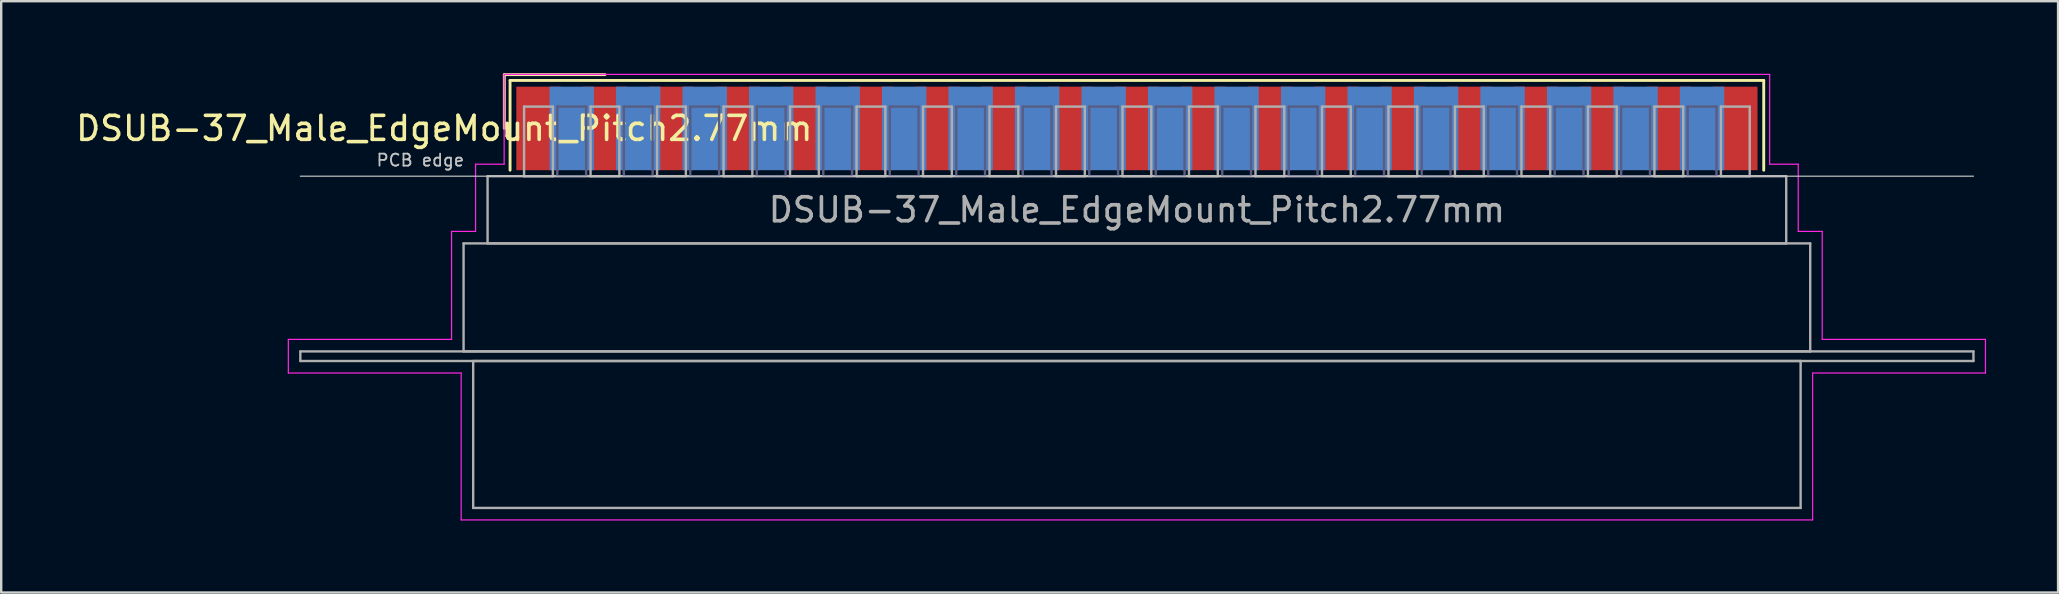
<source format=kicad_pcb>
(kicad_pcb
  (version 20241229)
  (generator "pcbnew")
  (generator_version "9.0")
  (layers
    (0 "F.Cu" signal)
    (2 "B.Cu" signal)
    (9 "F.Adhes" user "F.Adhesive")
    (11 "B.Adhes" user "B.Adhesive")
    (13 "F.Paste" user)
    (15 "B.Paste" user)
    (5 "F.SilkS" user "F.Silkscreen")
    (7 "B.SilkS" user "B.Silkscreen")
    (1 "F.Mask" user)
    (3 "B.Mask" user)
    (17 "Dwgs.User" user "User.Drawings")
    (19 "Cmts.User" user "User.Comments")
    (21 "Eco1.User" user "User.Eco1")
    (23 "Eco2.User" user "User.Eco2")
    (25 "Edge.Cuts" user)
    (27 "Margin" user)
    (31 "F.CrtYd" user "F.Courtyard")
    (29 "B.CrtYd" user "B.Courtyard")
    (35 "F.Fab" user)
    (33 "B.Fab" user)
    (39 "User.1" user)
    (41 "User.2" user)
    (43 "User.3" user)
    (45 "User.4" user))
  (footprint "DSUB-37_Male_EdgeMount_Pitch2.77mm"
    (layer "F.Cu")
    (at 44.312 2.3)
    (property "Reference" "DSUB-37_Male_EdgeMount_Pitch2.77mm" (at -28.853 0 0) (layer "F.SilkS") (effects (font (size 1 1) (thickness 0.15))))
    (attr smd)
    (fp_line (start -26.353 -2.24) (end -22.16 -2.24) (stroke (width 0.12) (type solid)) (layer "F.SilkS"))
    (fp_line (start -26.353 0) (end -26.353 -2.24) (stroke (width 0.12) (type solid)) (layer "F.SilkS"))
    (fp_line (start -26.113 -2) (end -26.113 1.74) (stroke (width 0.12) (type solid)) (layer "F.SilkS"))
    (fp_line (start 26.113 -2) (end -26.113 -2) (stroke (width 0.12) (type solid)) (layer "F.SilkS"))
    (fp_line (start 26.113 1.74) (end 26.113 -2) (stroke (width 0.12) (type solid)) (layer "F.SilkS"))
    (fp_line (start -34.85 1.99) (end 34.85 1.99) (stroke (width 0.05) (type solid)) (layer "Dwgs.User"))
    (fp_line (start -35.35 8.79) (end -28.55 8.79) (stroke (width 0.05) (type solid)) (layer "F.CrtYd"))
    (fp_line (start -35.35 10.19) (end -35.35 8.79) (stroke (width 0.05) (type solid)) (layer "F.CrtYd"))
    (fp_line (start -28.55 4.29) (end -27.55 4.29) (stroke (width 0.05) (type solid)) (layer "F.CrtYd"))
    (fp_line (start -28.55 8.79) (end -28.55 4.29) (stroke (width 0.05) (type solid)) (layer "F.CrtYd"))
    (fp_line (start -28.15 10.19) (end -35.35 10.19) (stroke (width 0.05) (type solid)) (layer "F.CrtYd"))
    (fp_line (start -28.15 16.31) (end -28.15 10.19) (stroke (width 0.05) (type solid)) (layer "F.CrtYd"))
    (fp_line (start -27.55 1.49) (end -26.36 1.49) (stroke (width 0.05) (type solid)) (layer "F.CrtYd"))
    (fp_line (start -27.55 4.29) (end -27.55 1.49) (stroke (width 0.05) (type solid)) (layer "F.CrtYd"))
    (fp_line (start -26.36 -2.25) (end 26.36 -2.25) (stroke (width 0.05) (type solid)) (layer "F.CrtYd"))
    (fp_line (start -26.36 1.49) (end -26.36 -2.25) (stroke (width 0.05) (type solid)) (layer "F.CrtYd"))
    (fp_line (start 26.36 -2.25) (end 26.36 1.49) (stroke (width 0.05) (type solid)) (layer "F.CrtYd"))
    (fp_line (start 26.36 1.49) (end 27.55 1.49) (stroke (width 0.05) (type solid)) (layer "F.CrtYd"))
    (fp_line (start 27.55 1.49) (end 27.55 4.29) (stroke (width 0.05) (type solid)) (layer "F.CrtYd"))
    (fp_line (start 27.55 4.29) (end 28.55 4.29) (stroke (width 0.05) (type solid)) (layer "F.CrtYd"))
    (fp_line (start 28.15 10.19) (end 28.15 16.31) (stroke (width 0.05) (type solid)) (layer "F.CrtYd"))
    (fp_line (start 28.15 16.31) (end -28.15 16.31) (stroke (width 0.05) (type solid)) (layer "F.CrtYd"))
    (fp_line (start 28.55 4.29) (end 28.55 8.79) (stroke (width 0.05) (type solid)) (layer "F.CrtYd"))
    (fp_line (start 28.55 8.79) (end 35.35 8.79) (stroke (width 0.05) (type solid)) (layer "F.CrtYd"))
    (fp_line (start 35.35 8.79) (end 35.35 10.19) (stroke (width 0.05) (type solid)) (layer "F.CrtYd"))
    (fp_line (start 35.35 10.19) (end 28.15 10.19) (stroke (width 0.05) (type solid)) (layer "F.CrtYd"))
    (fp_line (start -24.145 -0.91) (end -24.145 1.99) (stroke (width 0.1) (type solid)) (layer "B.Fab"))
    (fp_line (start -24.145 1.99) (end -22.945 1.99) (stroke (width 0.1) (type solid)) (layer "B.Fab"))
    (fp_line (start -22.945 -0.91) (end -24.145 -0.91) (stroke (width 0.1) (type solid)) (layer "B.Fab"))
    (fp_line (start -22.945 1.99) (end -22.945 -0.91) (stroke (width 0.1) (type solid)) (layer "B.Fab"))
    (fp_line (start -21.375 -0.91) (end -21.375 1.99) (stroke (width 0.1) (type solid)) (layer "B.Fab"))
    (fp_line (start -21.375 1.99) (end -20.175 1.99) (stroke (width 0.1) (type solid)) (layer "B.Fab"))
    (fp_line (start -20.175 -0.91) (end -21.375 -0.91) (stroke (width 0.1) (type solid)) (layer "B.Fab"))
    (fp_line (start -20.175 1.99) (end -20.175 -0.91) (stroke (width 0.1) (type solid)) (layer "B.Fab"))
    (fp_line (start -18.605 -0.91) (end -18.605 1.99) (stroke (width 0.1) (type solid)) (layer "B.Fab"))
    (fp_line (start -18.605 1.99) (end -17.405 1.99) (stroke (width 0.1) (type solid)) (layer "B.Fab"))
    (fp_line (start -17.405 -0.91) (end -18.605 -0.91) (stroke (width 0.1) (type solid)) (layer "B.Fab"))
    (fp_line (start -17.405 1.99) (end -17.405 -0.91) (stroke (width 0.1) (type solid)) (layer "B.Fab"))
    (fp_line (start -15.835 -0.91) (end -15.835 1.99) (stroke (width 0.1) (type solid)) (layer "B.Fab"))
    (fp_line (start -15.835 1.99) (end -14.635 1.99) (stroke (width 0.1) (type solid)) (layer "B.Fab"))
    (fp_line (start -14.635 -0.91) (end -15.835 -0.91) (stroke (width 0.1) (type solid)) (layer "B.Fab"))
    (fp_line (start -14.635 1.99) (end -14.635 -0.91) (stroke (width 0.1) (type solid)) (layer "B.Fab"))
    (fp_line (start -13.065 -0.91) (end -13.065 1.99) (stroke (width 0.1) (type solid)) (layer "B.Fab"))
    (fp_line (start -13.065 1.99) (end -11.865 1.99) (stroke (width 0.1) (type solid)) (layer "B.Fab"))
    (fp_line (start -11.865 -0.91) (end -13.065 -0.91) (stroke (width 0.1) (type solid)) (layer "B.Fab"))
    (fp_line (start -11.865 1.99) (end -11.865 -0.91) (stroke (width 0.1) (type solid)) (layer "B.Fab"))
    (fp_line (start -10.295 -0.91) (end -10.295 1.99) (stroke (width 0.1) (type solid)) (layer "B.Fab"))
    (fp_line (start -10.295 1.99) (end -9.095 1.99) (stroke (width 0.1) (type solid)) (layer "B.Fab"))
    (fp_line (start -9.095 -0.91) (end -10.295 -0.91) (stroke (width 0.1) (type solid)) (layer "B.Fab"))
    (fp_line (start -9.095 1.99) (end -9.095 -0.91) (stroke (width 0.1) (type solid)) (layer "B.Fab"))
    (fp_line (start -7.525 -0.91) (end -7.525 1.99) (stroke (width 0.1) (type solid)) (layer "B.Fab"))
    (fp_line (start -7.525 1.99) (end -6.325 1.99) (stroke (width 0.1) (type solid)) (layer "B.Fab"))
    (fp_line (start -6.325 -0.91) (end -7.525 -0.91) (stroke (width 0.1) (type solid)) (layer "B.Fab"))
    (fp_line (start -6.325 1.99) (end -6.325 -0.91) (stroke (width 0.1) (type solid)) (layer "B.Fab"))
    (fp_line (start -4.755 -0.91) (end -4.755 1.99) (stroke (width 0.1) (type solid)) (layer "B.Fab"))
    (fp_line (start -4.755 1.99) (end -3.555 1.99) (stroke (width 0.1) (type solid)) (layer "B.Fab"))
    (fp_line (start -3.555 -0.91) (end -4.755 -0.91) (stroke (width 0.1) (type solid)) (layer "B.Fab"))
    (fp_line (start -3.555 1.99) (end -3.555 -0.91) (stroke (width 0.1) (type solid)) (layer "B.Fab"))
    (fp_line (start -1.985 -0.91) (end -1.985 1.99) (stroke (width 0.1) (type solid)) (layer "B.Fab"))
    (fp_line (start -1.985 1.99) (end -0.785 1.99) (stroke (width 0.1) (type solid)) (layer "B.Fab"))
    (fp_line (start -0.785 -0.91) (end -1.985 -0.91) (stroke (width 0.1) (type solid)) (layer "B.Fab"))
    (fp_line (start -0.785 1.99) (end -0.785 -0.91) (stroke (width 0.1) (type solid)) (layer "B.Fab"))
    (fp_line (start 0.785 -0.91) (end 0.785 1.99) (stroke (width 0.1) (type solid)) (layer "B.Fab"))
    (fp_line (start 0.785 1.99) (end 1.985 1.99) (stroke (width 0.1) (type solid)) (layer "B.Fab"))
    (fp_line (start 1.985 -0.91) (end 0.785 -0.91) (stroke (width 0.1) (type solid)) (layer "B.Fab"))
    (fp_line (start 1.985 1.99) (end 1.985 -0.91) (stroke (width 0.1) (type solid)) (layer "B.Fab"))
    (fp_line (start 3.555 -0.91) (end 3.555 1.99) (stroke (width 0.1) (type solid)) (layer "B.Fab"))
    (fp_line (start 3.555 1.99) (end 4.755 1.99) (stroke (width 0.1) (type solid)) (layer "B.Fab"))
    (fp_line (start 4.755 -0.91) (end 3.555 -0.91) (stroke (width 0.1) (type solid)) (layer "B.Fab"))
    (fp_line (start 4.755 1.99) (end 4.755 -0.91) (stroke (width 0.1) (type solid)) (layer "B.Fab"))
    (fp_line (start 6.325 -0.91) (end 6.325 1.99) (stroke (width 0.1) (type solid)) (layer "B.Fab"))
    (fp_line (start 6.325 1.99) (end 7.525 1.99) (stroke (width 0.1) (type solid)) (layer "B.Fab"))
    (fp_line (start 7.525 -0.91) (end 6.325 -0.91) (stroke (width 0.1) (type solid)) (layer "B.Fab"))
    (fp_line (start 7.525 1.99) (end 7.525 -0.91) (stroke (width 0.1) (type solid)) (layer "B.Fab"))
    (fp_line (start 9.095 -0.91) (end 9.095 1.99) (stroke (width 0.1) (type solid)) (layer "B.Fab"))
    (fp_line (start 9.095 1.99) (end 10.295 1.99) (stroke (width 0.1) (type solid)) (layer "B.Fab"))
    (fp_line (start 10.295 -0.91) (end 9.095 -0.91) (stroke (width 0.1) (type solid)) (layer "B.Fab"))
    (fp_line (start 10.295 1.99) (end 10.295 -0.91) (stroke (width 0.1) (type solid)) (layer "B.Fab"))
    (fp_line (start 11.865 -0.91) (end 11.865 1.99) (stroke (width 0.1) (type solid)) (layer "B.Fab"))
    (fp_line (start 11.865 1.99) (end 13.065 1.99) (stroke (width 0.1) (type solid)) (layer "B.Fab"))
    (fp_line (start 13.065 -0.91) (end 11.865 -0.91) (stroke (width 0.1) (type solid)) (layer "B.Fab"))
    (fp_line (start 13.065 1.99) (end 13.065 -0.91) (stroke (width 0.1) (type solid)) (layer "B.Fab"))
    (fp_line (start 14.635 -0.91) (end 14.635 1.99) (stroke (width 0.1) (type solid)) (layer "B.Fab"))
    (fp_line (start 14.635 1.99) (end 15.835 1.99) (stroke (width 0.1) (type solid)) (layer "B.Fab"))
    (fp_line (start 15.835 -0.91) (end 14.635 -0.91) (stroke (width 0.1) (type solid)) (layer "B.Fab"))
    (fp_line (start 15.835 1.99) (end 15.835 -0.91) (stroke (width 0.1) (type solid)) (layer "B.Fab"))
    (fp_line (start 17.405 -0.91) (end 17.405 1.99) (stroke (width 0.1) (type solid)) (layer "B.Fab"))
    (fp_line (start 17.405 1.99) (end 18.605 1.99) (stroke (width 0.1) (type solid)) (layer "B.Fab"))
    (fp_line (start 18.605 -0.91) (end 17.405 -0.91) (stroke (width 0.1) (type solid)) (layer "B.Fab"))
    (fp_line (start 18.605 1.99) (end 18.605 -0.91) (stroke (width 0.1) (type solid)) (layer "B.Fab"))
    (fp_line (start 20.175 -0.91) (end 20.175 1.99) (stroke (width 0.1) (type solid)) (layer "B.Fab"))
    (fp_line (start 20.175 1.99) (end 21.375 1.99) (stroke (width 0.1) (type solid)) (layer "B.Fab"))
    (fp_line (start 21.375 -0.91) (end 20.175 -0.91) (stroke (width 0.1) (type solid)) (layer "B.Fab"))
    (fp_line (start 21.375 1.99) (end 21.375 -0.91) (stroke (width 0.1) (type solid)) (layer "B.Fab"))
    (fp_line (start 22.945 -0.91) (end 22.945 1.99) (stroke (width 0.1) (type solid)) (layer "B.Fab"))
    (fp_line (start 22.945 1.99) (end 24.145 1.99) (stroke (width 0.1) (type solid)) (layer "B.Fab"))
    (fp_line (start 24.145 -0.91) (end 22.945 -0.91) (stroke (width 0.1) (type solid)) (layer "B.Fab"))
    (fp_line (start 24.145 1.99) (end 24.145 -0.91) (stroke (width 0.1) (type solid)) (layer "B.Fab"))
    (fp_line (start -34.85 9.29) (end -34.85 9.69) (stroke (width 0.1) (type solid)) (layer "F.Fab"))
    (fp_line (start -34.85 9.69) (end 34.85 9.69) (stroke (width 0.1) (type solid)) (layer "F.Fab"))
    (fp_line (start -28.05 4.79) (end -28.05 9.29) (stroke (width 0.1) (type solid)) (layer "F.Fab"))
    (fp_line (start -28.05 9.29) (end 28.05 9.29) (stroke (width 0.1) (type solid)) (layer "F.Fab"))
    (fp_line (start -27.65 9.69) (end -27.65 15.81) (stroke (width 0.1) (type solid)) (layer "F.Fab"))
    (fp_line (start -27.65 15.81) (end 27.65 15.81) (stroke (width 0.1) (type solid)) (layer "F.Fab"))
    (fp_line (start -27.05 1.99) (end -27.05 4.79) (stroke (width 0.1) (type solid)) (layer "F.Fab"))
    (fp_line (start -27.05 4.79) (end 27.05 4.79) (stroke (width 0.1) (type solid)) (layer "F.Fab"))
    (fp_line (start -25.53 -0.91) (end -25.53 1.99) (stroke (width 0.1) (type solid)) (layer "F.Fab"))
    (fp_line (start -25.53 1.99) (end -24.33 1.99) (stroke (width 0.1) (type solid)) (layer "F.Fab"))
    (fp_line (start -24.33 -0.91) (end -25.53 -0.91) (stroke (width 0.1) (type solid)) (layer "F.Fab"))
    (fp_line (start -24.33 1.99) (end -24.33 -0.91) (stroke (width 0.1) (type solid)) (layer "F.Fab"))
    (fp_line (start -22.76 -0.91) (end -22.76 1.99) (stroke (width 0.1) (type solid)) (layer "F.Fab"))
    (fp_line (start -22.76 1.99) (end -21.56 1.99) (stroke (width 0.1) (type solid)) (layer "F.Fab"))
    (fp_line (start -21.56 -0.91) (end -22.76 -0.91) (stroke (width 0.1) (type solid)) (layer "F.Fab"))
    (fp_line (start -21.56 1.99) (end -21.56 -0.91) (stroke (width 0.1) (type solid)) (layer "F.Fab"))
    (fp_line (start -19.99 -0.91) (end -19.99 1.99) (stroke (width 0.1) (type solid)) (layer "F.Fab"))
    (fp_line (start -19.99 1.99) (end -18.79 1.99) (stroke (width 0.1) (type solid)) (layer "F.Fab"))
    (fp_line (start -18.79 -0.91) (end -19.99 -0.91) (stroke (width 0.1) (type solid)) (layer "F.Fab"))
    (fp_line (start -18.79 1.99) (end -18.79 -0.91) (stroke (width 0.1) (type solid)) (layer "F.Fab"))
    (fp_line (start -17.22 -0.91) (end -17.22 1.99) (stroke (width 0.1) (type solid)) (layer "F.Fab"))
    (fp_line (start -17.22 1.99) (end -16.02 1.99) (stroke (width 0.1) (type solid)) (layer "F.Fab"))
    (fp_line (start -16.02 -0.91) (end -17.22 -0.91) (stroke (width 0.1) (type solid)) (layer "F.Fab"))
    (fp_line (start -16.02 1.99) (end -16.02 -0.91) (stroke (width 0.1) (type solid)) (layer "F.Fab"))
    (fp_line (start -14.45 -0.91) (end -14.45 1.99) (stroke (width 0.1) (type solid)) (layer "F.Fab"))
    (fp_line (start -14.45 1.99) (end -13.25 1.99) (stroke (width 0.1) (type solid)) (layer "F.Fab"))
    (fp_line (start -13.25 -0.91) (end -14.45 -0.91) (stroke (width 0.1) (type solid)) (layer "F.Fab"))
    (fp_line (start -13.25 1.99) (end -13.25 -0.91) (stroke (width 0.1) (type solid)) (layer "F.Fab"))
    (fp_line (start -11.68 -0.91) (end -11.68 1.99) (stroke (width 0.1) (type solid)) (layer "F.Fab"))
    (fp_line (start -11.68 1.99) (end -10.48 1.99) (stroke (width 0.1) (type solid)) (layer "F.Fab"))
    (fp_line (start -10.48 -0.91) (end -11.68 -0.91) (stroke (width 0.1) (type solid)) (layer "F.Fab"))
    (fp_line (start -10.48 1.99) (end -10.48 -0.91) (stroke (width 0.1) (type solid)) (layer "F.Fab"))
    (fp_line (start -8.91 -0.91) (end -8.91 1.99) (stroke (width 0.1) (type solid)) (layer "F.Fab"))
    (fp_line (start -8.91 1.99) (end -7.71 1.99) (stroke (width 0.1) (type solid)) (layer "F.Fab"))
    (fp_line (start -7.71 -0.91) (end -8.91 -0.91) (stroke (width 0.1) (type solid)) (layer "F.Fab"))
    (fp_line (start -7.71 1.99) (end -7.71 -0.91) (stroke (width 0.1) (type solid)) (layer "F.Fab"))
    (fp_line (start -6.14 -0.91) (end -6.14 1.99) (stroke (width 0.1) (type solid)) (layer "F.Fab"))
    (fp_line (start -6.14 1.99) (end -4.94 1.99) (stroke (width 0.1) (type solid)) (layer "F.Fab"))
    (fp_line (start -4.94 -0.91) (end -6.14 -0.91) (stroke (width 0.1) (type solid)) (layer "F.Fab"))
    (fp_line (start -4.94 1.99) (end -4.94 -0.91) (stroke (width 0.1) (type solid)) (layer "F.Fab"))
    (fp_line (start -3.37 -0.91) (end -3.37 1.99) (stroke (width 0.1) (type solid)) (layer "F.Fab"))
    (fp_line (start -3.37 1.99) (end -2.17 1.99) (stroke (width 0.1) (type solid)) (layer "F.Fab"))
    (fp_line (start -2.17 -0.91) (end -3.37 -0.91) (stroke (width 0.1) (type solid)) (layer "F.Fab"))
    (fp_line (start -2.17 1.99) (end -2.17 -0.91) (stroke (width 0.1) (type solid)) (layer "F.Fab"))
    (fp_line (start -0.6 -0.91) (end -0.6 1.99) (stroke (width 0.1) (type solid)) (layer "F.Fab"))
    (fp_line (start -0.6 1.99) (end 0.6 1.99) (stroke (width 0.1) (type solid)) (layer "F.Fab"))
    (fp_line (start 0.6 -0.91) (end -0.6 -0.91) (stroke (width 0.1) (type solid)) (layer "F.Fab"))
    (fp_line (start 0.6 1.99) (end 0.6 -0.91) (stroke (width 0.1) (type solid)) (layer "F.Fab"))
    (fp_line (start 2.17 -0.91) (end 2.17 1.99) (stroke (width 0.1) (type solid)) (layer "F.Fab"))
    (fp_line (start 2.17 1.99) (end 3.37 1.99) (stroke (width 0.1) (type solid)) (layer "F.Fab"))
    (fp_line (start 3.37 -0.91) (end 2.17 -0.91) (stroke (width 0.1) (type solid)) (layer "F.Fab"))
    (fp_line (start 3.37 1.99) (end 3.37 -0.91) (stroke (width 0.1) (type solid)) (layer "F.Fab"))
    (fp_line (start 4.94 -0.91) (end 4.94 1.99) (stroke (width 0.1) (type solid)) (layer "F.Fab"))
    (fp_line (start 4.94 1.99) (end 6.14 1.99) (stroke (width 0.1) (type solid)) (layer "F.Fab"))
    (fp_line (start 6.14 -0.91) (end 4.94 -0.91) (stroke (width 0.1) (type solid)) (layer "F.Fab"))
    (fp_line (start 6.14 1.99) (end 6.14 -0.91) (stroke (width 0.1) (type solid)) (layer "F.Fab"))
    (fp_line (start 7.71 -0.91) (end 7.71 1.99) (stroke (width 0.1) (type solid)) (layer "F.Fab"))
    (fp_line (start 7.71 1.99) (end 8.91 1.99) (stroke (width 0.1) (type solid)) (layer "F.Fab"))
    (fp_line (start 8.91 -0.91) (end 7.71 -0.91) (stroke (width 0.1) (type solid)) (layer "F.Fab"))
    (fp_line (start 8.91 1.99) (end 8.91 -0.91) (stroke (width 0.1) (type solid)) (layer "F.Fab"))
    (fp_line (start 10.48 -0.91) (end 10.48 1.99) (stroke (width 0.1) (type solid)) (layer "F.Fab"))
    (fp_line (start 10.48 1.99) (end 11.68 1.99) (stroke (width 0.1) (type solid)) (layer "F.Fab"))
    (fp_line (start 11.68 -0.91) (end 10.48 -0.91) (stroke (width 0.1) (type solid)) (layer "F.Fab"))
    (fp_line (start 11.68 1.99) (end 11.68 -0.91) (stroke (width 0.1) (type solid)) (layer "F.Fab"))
    (fp_line (start 13.25 -0.91) (end 13.25 1.99) (stroke (width 0.1) (type solid)) (layer "F.Fab"))
    (fp_line (start 13.25 1.99) (end 14.45 1.99) (stroke (width 0.1) (type solid)) (layer "F.Fab"))
    (fp_line (start 14.45 -0.91) (end 13.25 -0.91) (stroke (width 0.1) (type solid)) (layer "F.Fab"))
    (fp_line (start 14.45 1.99) (end 14.45 -0.91) (stroke (width 0.1) (type solid)) (layer "F.Fab"))
    (fp_line (start 16.02 -0.91) (end 16.02 1.99) (stroke (width 0.1) (type solid)) (layer "F.Fab"))
    (fp_line (start 16.02 1.99) (end 17.22 1.99) (stroke (width 0.1) (type solid)) (layer "F.Fab"))
    (fp_line (start 17.22 -0.91) (end 16.02 -0.91) (stroke (width 0.1) (type solid)) (layer "F.Fab"))
    (fp_line (start 17.22 1.99) (end 17.22 -0.91) (stroke (width 0.1) (type solid)) (layer "F.Fab"))
    (fp_line (start 18.79 -0.91) (end 18.79 1.99) (stroke (width 0.1) (type solid)) (layer "F.Fab"))
    (fp_line (start 18.79 1.99) (end 19.99 1.99) (stroke (width 0.1) (type solid)) (layer "F.Fab"))
    (fp_line (start 19.99 -0.91) (end 18.79 -0.91) (stroke (width 0.1) (type solid)) (layer "F.Fab"))
    (fp_line (start 19.99 1.99) (end 19.99 -0.91) (stroke (width 0.1) (type solid)) (layer "F.Fab"))
    (fp_line (start 21.56 -0.91) (end 21.56 1.99) (stroke (width 0.1) (type solid)) (layer "F.Fab"))
    (fp_line (start 21.56 1.99) (end 22.76 1.99) (stroke (width 0.1) (type solid)) (layer "F.Fab"))
    (fp_line (start 22.76 -0.91) (end 21.56 -0.91) (stroke (width 0.1) (type solid)) (layer "F.Fab"))
    (fp_line (start 22.76 1.99) (end 22.76 -0.91) (stroke (width 0.1) (type solid)) (layer "F.Fab"))
    (fp_line (start 24.33 -0.91) (end 24.33 1.99) (stroke (width 0.1) (type solid)) (layer "F.Fab"))
    (fp_line (start 24.33 1.99) (end 25.53 1.99) (stroke (width 0.1) (type solid)) (layer "F.Fab"))
    (fp_line (start 25.53 -0.91) (end 24.33 -0.91) (stroke (width 0.1) (type solid)) (layer "F.Fab"))
    (fp_line (start 25.53 1.99) (end 25.53 -0.91) (stroke (width 0.1) (type solid)) (layer "F.Fab"))
    (fp_line (start 27.05 1.99) (end -27.05 1.99) (stroke (width 0.1) (type solid)) (layer "F.Fab"))
    (fp_line (start 27.05 4.79) (end 27.05 1.99) (stroke (width 0.1) (type solid)) (layer "F.Fab"))
    (fp_line (start 27.65 9.69) (end -27.65 9.69) (stroke (width 0.1) (type solid)) (layer "F.Fab"))
    (fp_line (start 27.65 15.81) (end 27.65 9.69) (stroke (width 0.1) (type solid)) (layer "F.Fab"))
    (fp_line (start 28.05 4.79) (end -28.05 4.79) (stroke (width 0.1) (type solid)) (layer "F.Fab"))
    (fp_line (start 28.05 9.29) (end 28.05 4.79) (stroke (width 0.1) (type solid)) (layer "F.Fab"))
    (fp_line (start 34.85 9.29) (end -34.85 9.29) (stroke (width 0.1) (type solid)) (layer "F.Fab"))
    (fp_line (start 34.85 9.69) (end 34.85 9.29) (stroke (width 0.1) (type solid)) (layer "F.Fab"))
    (fp_text user "PCB edge" (at -29.85 1.323 0) (layer "Dwgs.User") (effects (font (size 0.5 0.5) (thickness 0.075))))
    (fp_text user "${REFERENCE}" (at 0 3.39 0) (layer "F.Fab") (effects (font (size 1 1) (thickness 0.15))))
    (pad "1" smd rect (at -24.93 0) (size 1.847 3.48) (layers "F.Cu" "F.Mask" "F.Paste"))
    (pad "2" smd rect (at -22.16 0) (size 1.847 3.48) (layers "F.Cu" "F.Mask" "F.Paste"))
    (pad "3" smd rect (at -19.39 0) (size 1.847 3.48) (layers "F.Cu" "F.Mask" "F.Paste"))
    (pad "4" smd rect (at -16.62 0) (size 1.847 3.48) (layers "F.Cu" "F.Mask" "F.Paste"))
    (pad "5" smd rect (at -13.85 0) (size 1.847 3.48) (layers "F.Cu" "F.Mask" "F.Paste"))
    (pad "6" smd rect (at -11.08 0) (size 1.847 3.48) (layers "F.Cu" "F.Mask" "F.Paste"))
    (pad "7" smd rect (at -8.31 0) (size 1.847 3.48) (layers "F.Cu" "F.Mask" "F.Paste"))
    (pad "8" smd rect (at -5.54 0) (size 1.847 3.48) (layers "F.Cu" "F.Mask" "F.Paste"))
    (pad "9" smd rect (at -2.77 0) (size 1.847 3.48) (layers "F.Cu" "F.Mask" "F.Paste"))
    (pad "10" smd rect (at 0 0) (size 1.847 3.48) (layers "F.Cu" "F.Mask" "F.Paste"))
    (pad "11" smd rect (at 2.77 0) (size 1.847 3.48) (layers "F.Cu" "F.Mask" "F.Paste"))
    (pad "12" smd rect (at 5.54 0) (size 1.847 3.48) (layers "F.Cu" "F.Mask" "F.Paste"))
    (pad "13" smd rect (at 8.31 0) (size 1.847 3.48) (layers "F.Cu" "F.Mask" "F.Paste"))
    (pad "14" smd rect (at 11.08 0) (size 1.847 3.48) (layers "F.Cu" "F.Mask" "F.Paste"))
    (pad "15" smd rect (at 13.85 0) (size 1.847 3.48) (layers "F.Cu" "F.Mask" "F.Paste"))
    (pad "16" smd rect (at 16.62 0) (size 1.847 3.48) (layers "F.Cu" "F.Mask" "F.Paste"))
    (pad "17" smd rect (at 19.39 0) (size 1.847 3.48) (layers "F.Cu" "F.Mask" "F.Paste"))
    (pad "18" smd rect (at 22.16 0) (size 1.847 3.48) (layers "F.Cu" "F.Mask" "F.Paste"))
    (pad "19" smd rect (at 24.93 0) (size 1.847 3.48) (layers "F.Cu" "F.Mask" "F.Paste"))
    (pad "20" smd rect (at -23.545 0) (size 1.847 3.48) (layers "B.Cu" "B.Mask" "B.Paste"))
    (pad "21" smd rect (at -20.775 0) (size 1.847 3.48) (layers "B.Cu" "B.Mask" "B.Paste"))
    (pad "22" smd rect (at -18.005 0) (size 1.847 3.48) (layers "B.Cu" "B.Mask" "B.Paste"))
    (pad "23" smd rect (at -15.235 0) (size 1.847 3.48) (layers "B.Cu" "B.Mask" "B.Paste"))
    (pad "24" smd rect (at -12.465 0) (size 1.847 3.48) (layers "B.Cu" "B.Mask" "B.Paste"))
    (pad "25" smd rect (at -9.695 0) (size 1.847 3.48) (layers "B.Cu" "B.Mask" "B.Paste"))
    (pad "26" smd rect (at -6.925 0) (size 1.847 3.48) (layers "B.Cu" "B.Mask" "B.Paste"))
    (pad "27" smd rect (at -4.155 0) (size 1.847 3.48) (layers "B.Cu" "B.Mask" "B.Paste"))
    (pad "28" smd rect (at -1.385 0) (size 1.847 3.48) (layers "B.Cu" "B.Mask" "B.Paste"))
    (pad "29" smd rect (at 1.385 0) (size 1.847 3.48) (layers "B.Cu" "B.Mask" "B.Paste"))
    (pad "30" smd rect (at 4.155 0) (size 1.847 3.48) (layers "B.Cu" "B.Mask" "B.Paste"))
    (pad "31" smd rect (at 6.925 0) (size 1.847 3.48) (layers "B.Cu" "B.Mask" "B.Paste"))
    (pad "32" smd rect (at 9.695 0) (size 1.847 3.48) (layers "B.Cu" "B.Mask" "B.Paste"))
    (pad "33" smd rect (at 12.465 0) (size 1.847 3.48) (layers "B.Cu" "B.Mask" "B.Paste"))
    (pad "34" smd rect (at 15.235 0) (size 1.847 3.48) (layers "B.Cu" "B.Mask" "B.Paste"))
    (pad "35" smd rect (at 18.005 0) (size 1.847 3.48) (layers "B.Cu" "B.Mask" "B.Paste"))
    (pad "36" smd rect (at 20.775 0) (size 1.847 3.48) (layers "B.Cu" "B.Mask" "B.Paste"))
    (pad "37" smd rect (at 23.545 0) (size 1.847 3.48) (layers "B.Cu" "B.Mask" "B.Paste")))
  (gr_rect
    (start -3 -3)
    (end 82.687 21.635)
    (stroke (width 0.1) (type default))
    (fill no)
    (layer "Edge.Cuts")))
</source>
